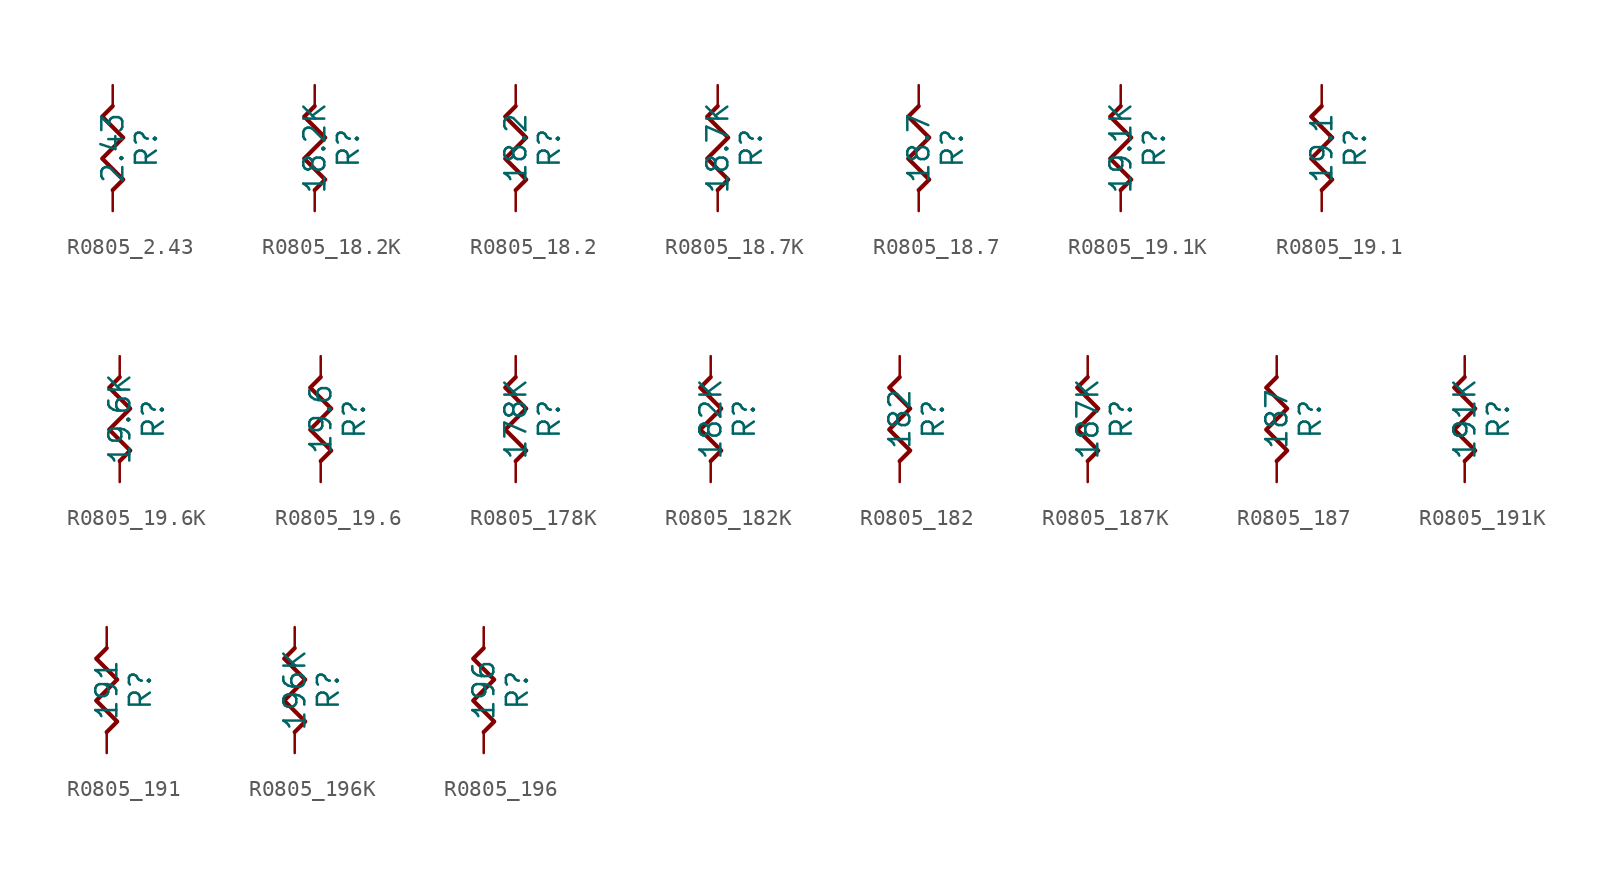
<source format=kicad_sym>
(kicad_symbol_lib
  (version 20211014)
  (generator atlantix-eda)
  (symbol "R0805_2.43"
    (pin_numbers hide)
    (pin_names
      (offset 0))
    (property "Reference" "R"
      (at 2.032 0 90)
      (effects (font (size 1.27 1.27))))
    (property "Value" "2.43"
      (at 0 0 90)
      (effects (font (size 1.27 1.27))))
    (symbol "R0805_2.43_0_1"
      (polyline (pts (xy 0 -2.54) (xy 0.635 -1.905) (xy -0.635 -0.635) (xy 0.635 0.635) (xy -0.635 1.905) (xy 0 2.54)) (stroke (width 0.254) (type default) (color 0 0 0 0)) (fill (type none))))
    (symbol "R0805_2.43_1_1"
      (pin passive line (at 0 3.81 270) (length 1.27) (name "~" (effects (font (size 1.27 1.27)))) (number "1" (effects (font (size 1.27 1.27)))))
      (pin passive line (at 0 -3.81 90) (length 1.27) (name "~" (effects (font (size 1.27 1.27)))) (number "2" (effects (font (size 1.27 1.27)))))))
  (symbol "R0805_18.2K"
    (pin_numbers hide)
    (pin_names
      (offset 0))
    (property "Reference" "R"
      (at 2.032 0 90)
      (effects (font (size 1.27 1.27))))
    (property "Value" "18.2K"
      (at 0 0 90)
      (effects (font (size 1.27 1.27))))
    (symbol "R0805_18.2K_0_1"
      (polyline (pts (xy 0 -2.54) (xy 0.635 -1.905) (xy -0.635 -0.635) (xy 0.635 0.635) (xy -0.635 1.905) (xy 0 2.54)) (stroke (width 0.254) (type default) (color 0 0 0 0)) (fill (type none))))
    (symbol "R0805_18.2K_1_1"
      (pin passive line (at 0 3.81 270) (length 1.27) (name "~" (effects (font (size 1.27 1.27)))) (number "1" (effects (font (size 1.27 1.27)))))
      (pin passive line (at 0 -3.81 90) (length 1.27) (name "~" (effects (font (size 1.27 1.27)))) (number "2" (effects (font (size 1.27 1.27)))))))
  (symbol "R0805_18.2"
    (pin_numbers hide)
    (pin_names
      (offset 0))
    (property "Reference" "R"
      (at 2.032 0 90)
      (effects (font (size 1.27 1.27))))
    (property "Value" "18.2"
      (at 0 0 90)
      (effects (font (size 1.27 1.27))))
    (symbol "R0805_18.2_0_1"
      (polyline (pts (xy 0 -2.54) (xy 0.635 -1.905) (xy -0.635 -0.635) (xy 0.635 0.635) (xy -0.635 1.905) (xy 0 2.54)) (stroke (width 0.254) (type default) (color 0 0 0 0)) (fill (type none))))
    (symbol "R0805_18.2_1_1"
      (pin passive line (at 0 3.81 270) (length 1.27) (name "~" (effects (font (size 1.27 1.27)))) (number "1" (effects (font (size 1.27 1.27)))))
      (pin passive line (at 0 -3.81 90) (length 1.27) (name "~" (effects (font (size 1.27 1.27)))) (number "2" (effects (font (size 1.27 1.27)))))))
  (symbol "R0805_18.7K"
    (pin_numbers hide)
    (pin_names
      (offset 0))
    (property "Reference" "R"
      (at 2.032 0 90)
      (effects (font (size 1.27 1.27))))
    (property "Value" "18.7K"
      (at 0 0 90)
      (effects (font (size 1.27 1.27))))
    (symbol "R0805_18.7K_0_1"
      (polyline (pts (xy 0 -2.54) (xy 0.635 -1.905) (xy -0.635 -0.635) (xy 0.635 0.635) (xy -0.635 1.905) (xy 0 2.54)) (stroke (width 0.254) (type default) (color 0 0 0 0)) (fill (type none))))
    (symbol "R0805_18.7K_1_1"
      (pin passive line (at 0 3.81 270) (length 1.27) (name "~" (effects (font (size 1.27 1.27)))) (number "1" (effects (font (size 1.27 1.27)))))
      (pin passive line (at 0 -3.81 90) (length 1.27) (name "~" (effects (font (size 1.27 1.27)))) (number "2" (effects (font (size 1.27 1.27)))))))
  (symbol "R0805_18.7"
    (pin_numbers hide)
    (pin_names
      (offset 0))
    (property "Reference" "R"
      (at 2.032 0 90)
      (effects (font (size 1.27 1.27))))
    (property "Value" "18.7"
      (at 0 0 90)
      (effects (font (size 1.27 1.27))))
    (symbol "R0805_18.7_0_1"
      (polyline (pts (xy 0 -2.54) (xy 0.635 -1.905) (xy -0.635 -0.635) (xy 0.635 0.635) (xy -0.635 1.905) (xy 0 2.54)) (stroke (width 0.254) (type default) (color 0 0 0 0)) (fill (type none))))
    (symbol "R0805_18.7_1_1"
      (pin passive line (at 0 3.81 270) (length 1.27) (name "~" (effects (font (size 1.27 1.27)))) (number "1" (effects (font (size 1.27 1.27)))))
      (pin passive line (at 0 -3.81 90) (length 1.27) (name "~" (effects (font (size 1.27 1.27)))) (number "2" (effects (font (size 1.27 1.27)))))))
  (symbol "R0805_19.1K"
    (pin_numbers hide)
    (pin_names
      (offset 0))
    (property "Reference" "R"
      (at 2.032 0 90)
      (effects (font (size 1.27 1.27))))
    (property "Value" "19.1K"
      (at 0 0 90)
      (effects (font (size 1.27 1.27))))
    (symbol "R0805_19.1K_0_1"
      (polyline (pts (xy 0 -2.54) (xy 0.635 -1.905) (xy -0.635 -0.635) (xy 0.635 0.635) (xy -0.635 1.905) (xy 0 2.54)) (stroke (width 0.254) (type default) (color 0 0 0 0)) (fill (type none))))
    (symbol "R0805_19.1K_1_1"
      (pin passive line (at 0 3.81 270) (length 1.27) (name "~" (effects (font (size 1.27 1.27)))) (number "1" (effects (font (size 1.27 1.27)))))
      (pin passive line (at 0 -3.81 90) (length 1.27) (name "~" (effects (font (size 1.27 1.27)))) (number "2" (effects (font (size 1.27 1.27)))))))
  (symbol "R0805_19.1"
    (pin_numbers hide)
    (pin_names
      (offset 0))
    (property "Reference" "R"
      (at 2.032 0 90)
      (effects (font (size 1.27 1.27))))
    (property "Value" "19.1"
      (at 0 0 90)
      (effects (font (size 1.27 1.27))))
    (symbol "R0805_19.1_0_1"
      (polyline (pts (xy 0 -2.54) (xy 0.635 -1.905) (xy -0.635 -0.635) (xy 0.635 0.635) (xy -0.635 1.905) (xy 0 2.54)) (stroke (width 0.254) (type default) (color 0 0 0 0)) (fill (type none))))
    (symbol "R0805_19.1_1_1"
      (pin passive line (at 0 3.81 270) (length 1.27) (name "~" (effects (font (size 1.27 1.27)))) (number "1" (effects (font (size 1.27 1.27)))))
      (pin passive line (at 0 -3.81 90) (length 1.27) (name "~" (effects (font (size 1.27 1.27)))) (number "2" (effects (font (size 1.27 1.27)))))))
  (symbol "R0805_19.6K"
    (pin_numbers hide)
    (pin_names
      (offset 0))
    (property "Reference" "R"
      (at 2.032 0 90)
      (effects (font (size 1.27 1.27))))
    (property "Value" "19.6K"
      (at 0 0 90)
      (effects (font (size 1.27 1.27))))
    (symbol "R0805_19.6K_0_1"
      (polyline (pts (xy 0 -2.54) (xy 0.635 -1.905) (xy -0.635 -0.635) (xy 0.635 0.635) (xy -0.635 1.905) (xy 0 2.54)) (stroke (width 0.254) (type default) (color 0 0 0 0)) (fill (type none))))
    (symbol "R0805_19.6K_1_1"
      (pin passive line (at 0 3.81 270) (length 1.27) (name "~" (effects (font (size 1.27 1.27)))) (number "1" (effects (font (size 1.27 1.27)))))
      (pin passive line (at 0 -3.81 90) (length 1.27) (name "~" (effects (font (size 1.27 1.27)))) (number "2" (effects (font (size 1.27 1.27)))))))
  (symbol "R0805_19.6"
    (pin_numbers hide)
    (pin_names
      (offset 0))
    (property "Reference" "R"
      (at 2.032 0 90)
      (effects (font (size 1.27 1.27))))
    (property "Value" "19.6"
      (at 0 0 90)
      (effects (font (size 1.27 1.27))))
    (symbol "R0805_19.6_0_1"
      (polyline (pts (xy 0 -2.54) (xy 0.635 -1.905) (xy -0.635 -0.635) (xy 0.635 0.635) (xy -0.635 1.905) (xy 0 2.54)) (stroke (width 0.254) (type default) (color 0 0 0 0)) (fill (type none))))
    (symbol "R0805_19.6_1_1"
      (pin passive line (at 0 3.81 270) (length 1.27) (name "~" (effects (font (size 1.27 1.27)))) (number "1" (effects (font (size 1.27 1.27)))))
      (pin passive line (at 0 -3.81 90) (length 1.27) (name "~" (effects (font (size 1.27 1.27)))) (number "2" (effects (font (size 1.27 1.27)))))))
  (symbol "R0805_178K"
    (pin_numbers hide)
    (pin_names
      (offset 0))
    (property "Reference" "R"
      (at 2.032 0 90)
      (effects (font (size 1.27 1.27))))
    (property "Value" "178K"
      (at 0 0 90)
      (effects (font (size 1.27 1.27))))
    (symbol "R0805_178K_0_1"
      (polyline (pts (xy 0 -2.54) (xy 0.635 -1.905) (xy -0.635 -0.635) (xy 0.635 0.635) (xy -0.635 1.905) (xy 0 2.54)) (stroke (width 0.254) (type default) (color 0 0 0 0)) (fill (type none))))
    (symbol "R0805_178K_1_1"
      (pin passive line (at 0 3.81 270) (length 1.27) (name "~" (effects (font (size 1.27 1.27)))) (number "1" (effects (font (size 1.27 1.27)))))
      (pin passive line (at 0 -3.81 90) (length 1.27) (name "~" (effects (font (size 1.27 1.27)))) (number "2" (effects (font (size 1.27 1.27)))))))
  (symbol "R0805_182K"
    (pin_numbers hide)
    (pin_names
      (offset 0))
    (property "Reference" "R"
      (at 2.032 0 90)
      (effects (font (size 1.27 1.27))))
    (property "Value" "182K"
      (at 0 0 90)
      (effects (font (size 1.27 1.27))))
    (symbol "R0805_182K_0_1"
      (polyline (pts (xy 0 -2.54) (xy 0.635 -1.905) (xy -0.635 -0.635) (xy 0.635 0.635) (xy -0.635 1.905) (xy 0 2.54)) (stroke (width 0.254) (type default) (color 0 0 0 0)) (fill (type none))))
    (symbol "R0805_182K_1_1"
      (pin passive line (at 0 3.81 270) (length 1.27) (name "~" (effects (font (size 1.27 1.27)))) (number "1" (effects (font (size 1.27 1.27)))))
      (pin passive line (at 0 -3.81 90) (length 1.27) (name "~" (effects (font (size 1.27 1.27)))) (number "2" (effects (font (size 1.27 1.27)))))))
  (symbol "R0805_182"
    (pin_numbers hide)
    (pin_names
      (offset 0))
    (property "Reference" "R"
      (at 2.032 0 90)
      (effects (font (size 1.27 1.27))))
    (property "Value" "182"
      (at 0 0 90)
      (effects (font (size 1.27 1.27))))
    (symbol "R0805_182_0_1"
      (polyline (pts (xy 0 -2.54) (xy 0.635 -1.905) (xy -0.635 -0.635) (xy 0.635 0.635) (xy -0.635 1.905) (xy 0 2.54)) (stroke (width 0.254) (type default) (color 0 0 0 0)) (fill (type none))))
    (symbol "R0805_182_1_1"
      (pin passive line (at 0 3.81 270) (length 1.27) (name "~" (effects (font (size 1.27 1.27)))) (number "1" (effects (font (size 1.27 1.27)))))
      (pin passive line (at 0 -3.81 90) (length 1.27) (name "~" (effects (font (size 1.27 1.27)))) (number "2" (effects (font (size 1.27 1.27)))))))
  (symbol "R0805_187K"
    (pin_numbers hide)
    (pin_names
      (offset 0))
    (property "Reference" "R"
      (at 2.032 0 90)
      (effects (font (size 1.27 1.27))))
    (property "Value" "187K"
      (at 0 0 90)
      (effects (font (size 1.27 1.27))))
    (symbol "R0805_187K_0_1"
      (polyline (pts (xy 0 -2.54) (xy 0.635 -1.905) (xy -0.635 -0.635) (xy 0.635 0.635) (xy -0.635 1.905) (xy 0 2.54)) (stroke (width 0.254) (type default) (color 0 0 0 0)) (fill (type none))))
    (symbol "R0805_187K_1_1"
      (pin passive line (at 0 3.81 270) (length 1.27) (name "~" (effects (font (size 1.27 1.27)))) (number "1" (effects (font (size 1.27 1.27)))))
      (pin passive line (at 0 -3.81 90) (length 1.27) (name "~" (effects (font (size 1.27 1.27)))) (number "2" (effects (font (size 1.27 1.27)))))))
  (symbol "R0805_187"
    (pin_numbers hide)
    (pin_names
      (offset 0))
    (property "Reference" "R"
      (at 2.032 0 90)
      (effects (font (size 1.27 1.27))))
    (property "Value" "187"
      (at 0 0 90)
      (effects (font (size 1.27 1.27))))
    (symbol "R0805_187_0_1"
      (polyline (pts (xy 0 -2.54) (xy 0.635 -1.905) (xy -0.635 -0.635) (xy 0.635 0.635) (xy -0.635 1.905) (xy 0 2.54)) (stroke (width 0.254) (type default) (color 0 0 0 0)) (fill (type none))))
    (symbol "R0805_187_1_1"
      (pin passive line (at 0 3.81 270) (length 1.27) (name "~" (effects (font (size 1.27 1.27)))) (number "1" (effects (font (size 1.27 1.27)))))
      (pin passive line (at 0 -3.81 90) (length 1.27) (name "~" (effects (font (size 1.27 1.27)))) (number "2" (effects (font (size 1.27 1.27)))))))
  (symbol "R0805_191K"
    (pin_numbers hide)
    (pin_names
      (offset 0))
    (property "Reference" "R"
      (at 2.032 0 90)
      (effects (font (size 1.27 1.27))))
    (property "Value" "191K"
      (at 0 0 90)
      (effects (font (size 1.27 1.27))))
    (symbol "R0805_191K_0_1"
      (polyline (pts (xy 0 -2.54) (xy 0.635 -1.905) (xy -0.635 -0.635) (xy 0.635 0.635) (xy -0.635 1.905) (xy 0 2.54)) (stroke (width 0.254) (type default) (color 0 0 0 0)) (fill (type none))))
    (symbol "R0805_191K_1_1"
      (pin passive line (at 0 3.81 270) (length 1.27) (name "~" (effects (font (size 1.27 1.27)))) (number "1" (effects (font (size 1.27 1.27)))))
      (pin passive line (at 0 -3.81 90) (length 1.27) (name "~" (effects (font (size 1.27 1.27)))) (number "2" (effects (font (size 1.27 1.27)))))))
  (symbol "R0805_191"
    (pin_numbers hide)
    (pin_names
      (offset 0))
    (property "Reference" "R"
      (at 2.032 0 90)
      (effects (font (size 1.27 1.27))))
    (property "Value" "191"
      (at 0 0 90)
      (effects (font (size 1.27 1.27))))
    (symbol "R0805_191_0_1"
      (polyline (pts (xy 0 -2.54) (xy 0.635 -1.905) (xy -0.635 -0.635) (xy 0.635 0.635) (xy -0.635 1.905) (xy 0 2.54)) (stroke (width 0.254) (type default) (color 0 0 0 0)) (fill (type none))))
    (symbol "R0805_191_1_1"
      (pin passive line (at 0 3.81 270) (length 1.27) (name "~" (effects (font (size 1.27 1.27)))) (number "1" (effects (font (size 1.27 1.27)))))
      (pin passive line (at 0 -3.81 90) (length 1.27) (name "~" (effects (font (size 1.27 1.27)))) (number "2" (effects (font (size 1.27 1.27)))))))
  (symbol "R0805_196K"
    (pin_numbers hide)
    (pin_names
      (offset 0))
    (property "Reference" "R"
      (at 2.032 0 90)
      (effects (font (size 1.27 1.27))))
    (property "Value" "196K"
      (at 0 0 90)
      (effects (font (size 1.27 1.27))))
    (symbol "R0805_196K_0_1"
      (polyline (pts (xy 0 -2.54) (xy 0.635 -1.905) (xy -0.635 -0.635) (xy 0.635 0.635) (xy -0.635 1.905) (xy 0 2.54)) (stroke (width 0.254) (type default) (color 0 0 0 0)) (fill (type none))))
    (symbol "R0805_196K_1_1"
      (pin passive line (at 0 3.81 270) (length 1.27) (name "~" (effects (font (size 1.27 1.27)))) (number "1" (effects (font (size 1.27 1.27)))))
      (pin passive line (at 0 -3.81 90) (length 1.27) (name "~" (effects (font (size 1.27 1.27)))) (number "2" (effects (font (size 1.27 1.27)))))))
  (symbol "R0805_196"
    (pin_numbers hide)
    (pin_names
      (offset 0))
    (property "Reference" "R"
      (at 2.032 0 90)
      (effects (font (size 1.27 1.27))))
    (property "Value" "196"
      (at 0 0 90)
      (effects (font (size 1.27 1.27))))
    (symbol "R0805_196_0_1"
      (polyline (pts (xy 0 -2.54) (xy 0.635 -1.905) (xy -0.635 -0.635) (xy 0.635 0.635) (xy -0.635 1.905) (xy 0 2.54)) (stroke (width 0.254) (type default) (color 0 0 0 0)) (fill (type none))))
    (symbol "R0805_196_1_1"
      (pin passive line (at 0 3.81 270) (length 1.27) (name "~" (effects (font (size 1.27 1.27)))) (number "1" (effects (font (size 1.27 1.27)))))
      (pin passive line (at 0 -3.81 90) (length 1.27) (name "~" (effects (font (size 1.27 1.27)))) (number "2" (effects (font (size 1.27 1.27))))))))
</source>
